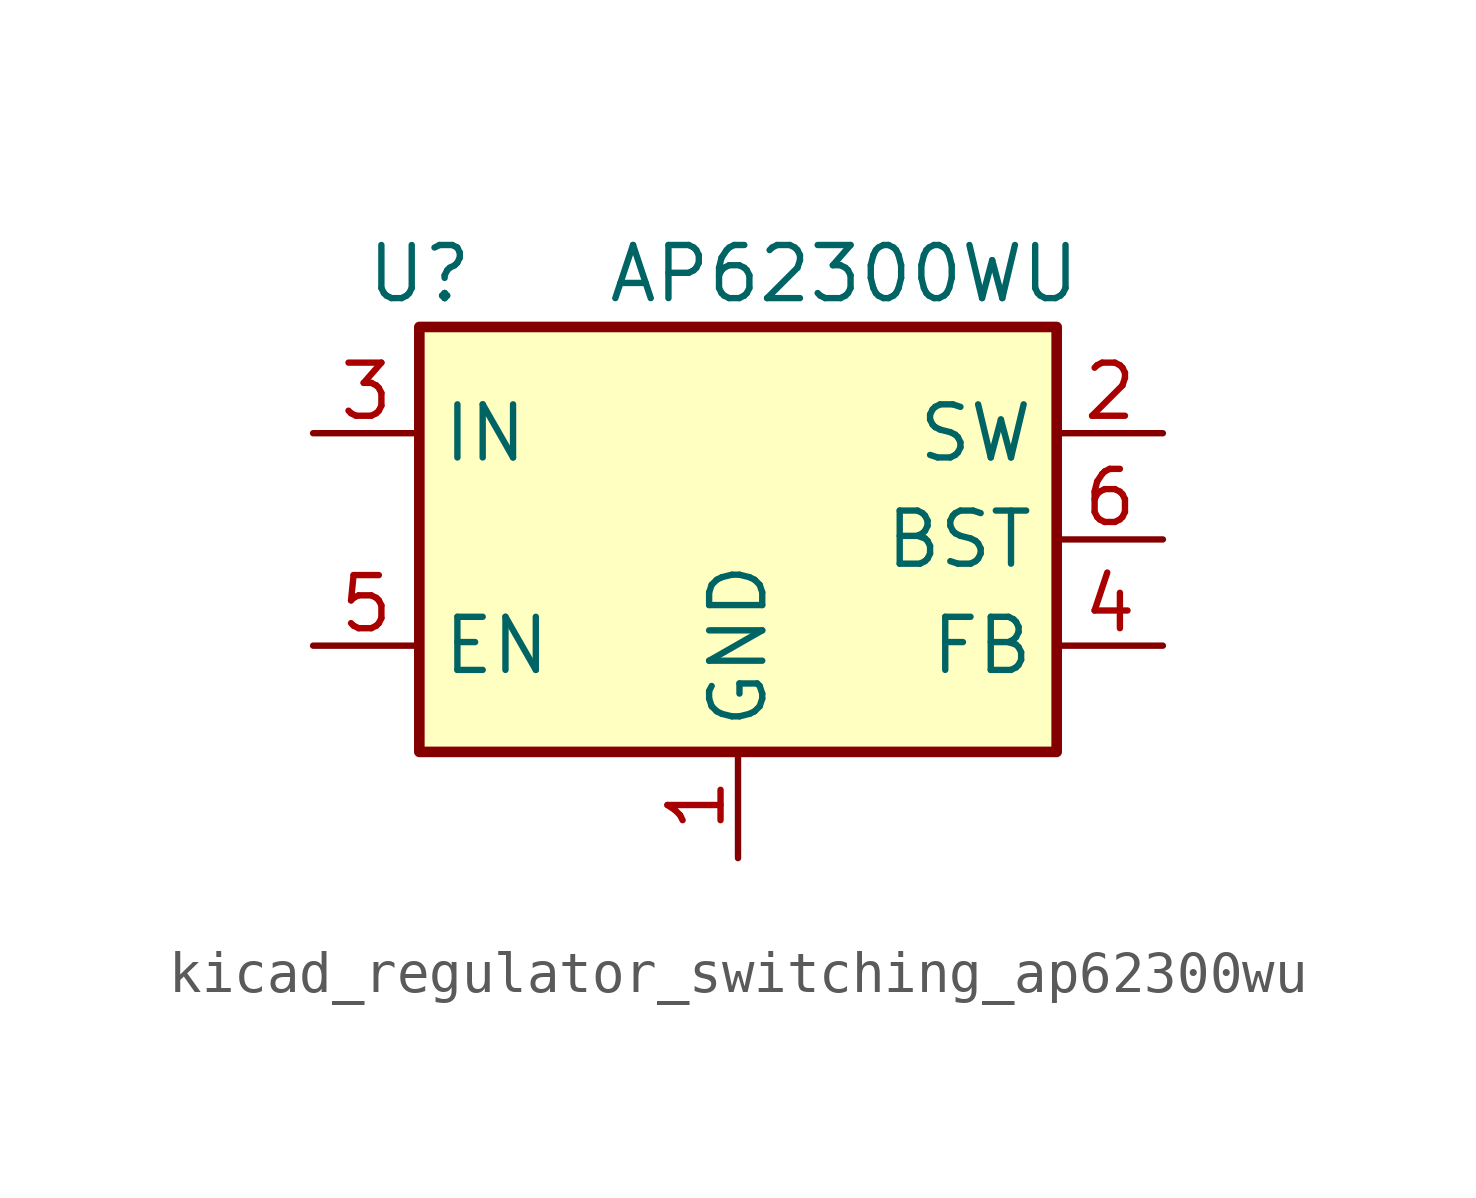
<source format=kicad_sym>
(kicad_symbol_lib
  (version 20220914)
  (generator kicad_symbol_editor)
  (symbol "kicad_regulator_switching_ap62300wu"
    (property "Reference" "U"
      (at -7.62 6.35 0)
      (effects (font (size 1.27 1.27))))
    (property "Value" "AP62300WU"
      (at 2.54 6.35 0)
      (effects (font (size 1.27 1.27))))
    (symbol "kicad_regulator_switching_ap62300wu_0_1"
      (rectangle (start -7.62 5.08) (end 7.62 -5.08) (stroke (width 0.254) (type default)) (fill (type background))))
    (symbol "kicad_regulator_switching_ap62300wu_1_1"
      (pin power_in line (at 0 -7.62 90) (length 2.54) (name "GND" (effects (font (size 1.27 1.27)))) (number "1" (effects (font (size 1.27 1.27)))))
      (pin output line (at 10.16 2.54 180) (length 2.54) (name "SW" (effects (font (size 1.27 1.27)))) (number "2" (effects (font (size 1.27 1.27)))))
      (pin power_in line (at -10.16 2.54 0) (length 2.54) (name "IN" (effects (font (size 1.27 1.27)))) (number "3" (effects (font (size 1.27 1.27)))))
      (pin input line (at 10.16 -2.54 180) (length 2.54) (name "FB" (effects (font (size 1.27 1.27)))) (number "4" (effects (font (size 1.27 1.27)))))
      (pin input line (at -10.16 -2.54 0) (length 2.54) (name "EN" (effects (font (size 1.27 1.27)))) (number "5" (effects (font (size 1.27 1.27)))))
      (pin passive line (at 10.16 0 180) (length 2.54) (name "BST" (effects (font (size 1.27 1.27)))) (number "6" (effects (font (size 1.27 1.27))))))))
</source>
